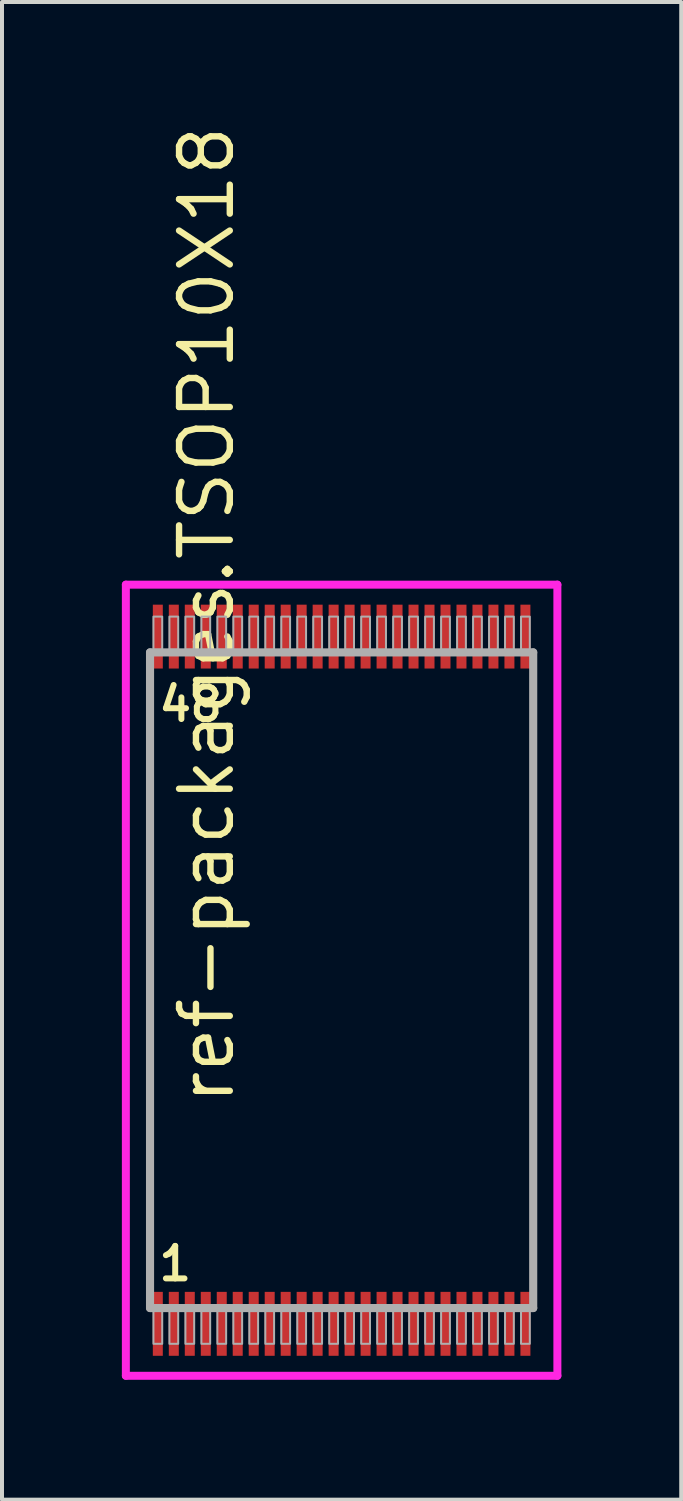
<source format=kicad_pcb>
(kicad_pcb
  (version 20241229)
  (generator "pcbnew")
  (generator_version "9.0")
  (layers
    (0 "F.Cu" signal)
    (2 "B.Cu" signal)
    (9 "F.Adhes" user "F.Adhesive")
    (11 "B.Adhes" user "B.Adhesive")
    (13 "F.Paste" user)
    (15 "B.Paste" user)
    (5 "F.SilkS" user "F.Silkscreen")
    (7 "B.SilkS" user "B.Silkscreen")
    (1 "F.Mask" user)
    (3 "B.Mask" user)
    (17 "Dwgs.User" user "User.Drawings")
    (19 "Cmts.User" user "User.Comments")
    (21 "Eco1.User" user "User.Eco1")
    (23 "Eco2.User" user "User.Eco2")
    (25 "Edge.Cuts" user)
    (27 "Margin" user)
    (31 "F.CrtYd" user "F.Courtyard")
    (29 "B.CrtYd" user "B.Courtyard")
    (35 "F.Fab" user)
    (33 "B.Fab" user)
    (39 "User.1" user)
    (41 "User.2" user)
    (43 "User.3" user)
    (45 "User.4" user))
  (footprint "ref-packages.TSOP10X18"
    (layer "F.Cu")
    (at 5.5 21.483)
    (property "Reference" "ref-packages.TSOP10X18" (at -2.635 3.175 90) (layer "F.SilkS") (effects (font (size 1.27 1.27) (thickness 0.16)) (justify left bottom)))
    (attr smd)
    (fp_line (start -5.4 -9.9) (end 5.4 -9.9) (stroke (width 0.2) (type default)) (layer "F.CrtYd"))
    (fp_line (start -5.4 9.9) (end -5.4 -9.9) (stroke (width 0.2) (type default)) (layer "F.CrtYd"))
    (fp_line (start 5.4 -9.9) (end 5.4 9.9) (stroke (width 0.2) (type default)) (layer "F.CrtYd"))
    (fp_line (start 5.4 9.9) (end -5.4 9.9) (stroke (width 0.2) (type default)) (layer "F.CrtYd"))
    (fp_line (start -4.795 -8.205) (end 4.795 -8.205) (stroke (width 0.203) (type default)) (layer "F.Fab"))
    (fp_line (start -4.795 8.205) (end -4.795 -8.205) (stroke (width 0.203) (type default)) (layer "F.Fab"))
    (fp_line (start 4.795 -8.205) (end 4.795 8.205) (stroke (width 0.203) (type default)) (layer "F.Fab"))
    (fp_line (start 4.795 8.205) (end -4.795 8.205) (stroke (width 0.203) (type default)) (layer "F.Fab"))
    (fp_rect (start -4.71 -8.27) (end -4.49 -9.1) (stroke (width 0.05) (type default)) (fill no) (layer "F.Fab"))
    (fp_rect (start -4.71 9.1) (end -4.49 8.27) (stroke (width 0.05) (type default)) (fill no) (layer "F.Fab"))
    (fp_rect (start -4.31 -8.27) (end -4.09 -9.1) (stroke (width 0.05) (type default)) (fill no) (layer "F.Fab"))
    (fp_rect (start -4.31 9.1) (end -4.09 8.27) (stroke (width 0.05) (type default)) (fill no) (layer "F.Fab"))
    (fp_rect (start -3.91 -8.27) (end -3.69 -9.1) (stroke (width 0.05) (type default)) (fill no) (layer "F.Fab"))
    (fp_rect (start -3.91 9.1) (end -3.69 8.27) (stroke (width 0.05) (type default)) (fill no) (layer "F.Fab"))
    (fp_rect (start -3.51 -8.27) (end -3.29 -9.1) (stroke (width 0.05) (type default)) (fill no) (layer "F.Fab"))
    (fp_rect (start -3.51 9.1) (end -3.29 8.27) (stroke (width 0.05) (type default)) (fill no) (layer "F.Fab"))
    (fp_rect (start -3.11 -8.27) (end -2.89 -9.1) (stroke (width 0.05) (type default)) (fill no) (layer "F.Fab"))
    (fp_rect (start -3.11 9.1) (end -2.89 8.27) (stroke (width 0.05) (type default)) (fill no) (layer "F.Fab"))
    (fp_rect (start -2.71 -8.27) (end -2.49 -9.1) (stroke (width 0.05) (type default)) (fill no) (layer "F.Fab"))
    (fp_rect (start -2.71 9.1) (end -2.49 8.27) (stroke (width 0.05) (type default)) (fill no) (layer "F.Fab"))
    (fp_rect (start -2.31 -8.27) (end -2.09 -9.1) (stroke (width 0.05) (type default)) (fill no) (layer "F.Fab"))
    (fp_rect (start -2.31 9.1) (end -2.09 8.27) (stroke (width 0.05) (type default)) (fill no) (layer "F.Fab"))
    (fp_rect (start -1.91 -8.27) (end -1.69 -9.1) (stroke (width 0.05) (type default)) (fill no) (layer "F.Fab"))
    (fp_rect (start -1.91 9.1) (end -1.69 8.27) (stroke (width 0.05) (type default)) (fill no) (layer "F.Fab"))
    (fp_rect (start -1.51 -8.27) (end -1.29 -9.1) (stroke (width 0.05) (type default)) (fill no) (layer "F.Fab"))
    (fp_rect (start -1.51 9.1) (end -1.29 8.27) (stroke (width 0.05) (type default)) (fill no) (layer "F.Fab"))
    (fp_rect (start -1.11 -8.27) (end -0.89 -9.1) (stroke (width 0.05) (type default)) (fill no) (layer "F.Fab"))
    (fp_rect (start -1.11 9.1) (end -0.89 8.27) (stroke (width 0.05) (type default)) (fill no) (layer "F.Fab"))
    (fp_rect (start -0.71 -8.27) (end -0.49 -9.1) (stroke (width 0.05) (type default)) (fill no) (layer "F.Fab"))
    (fp_rect (start -0.71 9.1) (end -0.49 8.27) (stroke (width 0.05) (type default)) (fill no) (layer "F.Fab"))
    (fp_rect (start -0.31 -8.27) (end -0.09 -9.1) (stroke (width 0.05) (type default)) (fill no) (layer "F.Fab"))
    (fp_rect (start -0.31 9.1) (end -0.09 8.27) (stroke (width 0.05) (type default)) (fill no) (layer "F.Fab"))
    (fp_rect (start 0.09 -8.27) (end 0.31 -9.1) (stroke (width 0.05) (type default)) (fill no) (layer "F.Fab"))
    (fp_rect (start 0.09 9.1) (end 0.31 8.27) (stroke (width 0.05) (type default)) (fill no) (layer "F.Fab"))
    (fp_rect (start 0.49 -8.27) (end 0.71 -9.1) (stroke (width 0.05) (type default)) (fill no) (layer "F.Fab"))
    (fp_rect (start 0.49 9.1) (end 0.71 8.27) (stroke (width 0.05) (type default)) (fill no) (layer "F.Fab"))
    (fp_rect (start 0.89 -8.27) (end 1.11 -9.1) (stroke (width 0.05) (type default)) (fill no) (layer "F.Fab"))
    (fp_rect (start 0.89 9.1) (end 1.11 8.27) (stroke (width 0.05) (type default)) (fill no) (layer "F.Fab"))
    (fp_rect (start 1.29 -8.27) (end 1.51 -9.1) (stroke (width 0.05) (type default)) (fill no) (layer "F.Fab"))
    (fp_rect (start 1.29 9.1) (end 1.51 8.27) (stroke (width 0.05) (type default)) (fill no) (layer "F.Fab"))
    (fp_rect (start 1.69 -8.27) (end 1.91 -9.1) (stroke (width 0.05) (type default)) (fill no) (layer "F.Fab"))
    (fp_rect (start 1.69 9.1) (end 1.91 8.27) (stroke (width 0.05) (type default)) (fill no) (layer "F.Fab"))
    (fp_rect (start 2.09 -8.27) (end 2.31 -9.1) (stroke (width 0.05) (type default)) (fill no) (layer "F.Fab"))
    (fp_rect (start 2.09 9.1) (end 2.31 8.27) (stroke (width 0.05) (type default)) (fill no) (layer "F.Fab"))
    (fp_rect (start 2.49 -8.27) (end 2.71 -9.1) (stroke (width 0.05) (type default)) (fill no) (layer "F.Fab"))
    (fp_rect (start 2.49 9.1) (end 2.71 8.27) (stroke (width 0.05) (type default)) (fill no) (layer "F.Fab"))
    (fp_rect (start 2.89 -8.27) (end 3.11 -9.1) (stroke (width 0.05) (type default)) (fill no) (layer "F.Fab"))
    (fp_rect (start 2.89 9.1) (end 3.11 8.27) (stroke (width 0.05) (type default)) (fill no) (layer "F.Fab"))
    (fp_rect (start 3.29 -8.27) (end 3.51 -9.1) (stroke (width 0.05) (type default)) (fill no) (layer "F.Fab"))
    (fp_rect (start 3.29 9.1) (end 3.51 8.27) (stroke (width 0.05) (type default)) (fill no) (layer "F.Fab"))
    (fp_rect (start 3.69 -8.27) (end 3.91 -9.1) (stroke (width 0.05) (type default)) (fill no) (layer "F.Fab"))
    (fp_rect (start 3.69 9.1) (end 3.91 8.27) (stroke (width 0.05) (type default)) (fill no) (layer "F.Fab"))
    (fp_rect (start 4.09 -8.27) (end 4.31 -9.1) (stroke (width 0.05) (type default)) (fill no) (layer "F.Fab"))
    (fp_rect (start 4.09 9.1) (end 4.31 8.27) (stroke (width 0.05) (type default)) (fill no) (layer "F.Fab"))
    (fp_rect (start 4.49 -8.27) (end 4.71 -9.1) (stroke (width 0.05) (type default)) (fill no) (layer "F.Fab"))
    (fp_rect (start 4.49 9.1) (end 4.71 8.27) (stroke (width 0.05) (type default)) (fill no) (layer "F.Fab"))
    (fp_text user "1" (at -4.651 7.57 0) (layer "F.SilkS") (effects (font (size 0.813 0.813) (thickness 0.15)) (justify left bottom)))
    (fp_text user "48" (at -4.651 -6.43 0) (layer "F.SilkS") (effects (font (size 0.813 0.813) (thickness 0.15)) (justify left bottom)))
    (pad "1" smd roundrect (at -4.6 8.6) (size 0.25 1.6) (layers "F.Cu" "F.Mask" "F.Paste") (roundrect_rratio 0.01))
    (pad "2" smd roundrect (at -4.2 8.6) (size 0.25 1.6) (layers "F.Cu" "F.Mask" "F.Paste") (roundrect_rratio 0.01))
    (pad "3" smd roundrect (at -3.8 8.6) (size 0.25 1.6) (layers "F.Cu" "F.Mask" "F.Paste") (roundrect_rratio 0.01))
    (pad "4" smd roundrect (at -3.4 8.6) (size 0.25 1.6) (layers "F.Cu" "F.Mask" "F.Paste") (roundrect_rratio 0.01))
    (pad "5" smd roundrect (at -3 8.6) (size 0.25 1.6) (layers "F.Cu" "F.Mask" "F.Paste") (roundrect_rratio 0.01))
    (pad "6" smd roundrect (at -2.6 8.6) (size 0.25 1.6) (layers "F.Cu" "F.Mask" "F.Paste") (roundrect_rratio 0.01))
    (pad "7" smd roundrect (at -2.2 8.6) (size 0.25 1.6) (layers "F.Cu" "F.Mask" "F.Paste") (roundrect_rratio 0.01))
    (pad "8" smd roundrect (at -1.8 8.6) (size 0.25 1.6) (layers "F.Cu" "F.Mask" "F.Paste") (roundrect_rratio 0.01))
    (pad "9" smd roundrect (at -1.4 8.6) (size 0.25 1.6) (layers "F.Cu" "F.Mask" "F.Paste") (roundrect_rratio 0.01))
    (pad "10" smd roundrect (at -1 8.6) (size 0.25 1.6) (layers "F.Cu" "F.Mask" "F.Paste") (roundrect_rratio 0.01))
    (pad "11" smd roundrect (at -0.6 8.6) (size 0.25 1.6) (layers "F.Cu" "F.Mask" "F.Paste") (roundrect_rratio 0.01))
    (pad "12" smd roundrect (at -0.2 8.6) (size 0.25 1.6) (layers "F.Cu" "F.Mask" "F.Paste") (roundrect_rratio 0.01))
    (pad "13" smd roundrect (at 0.2 8.6) (size 0.25 1.6) (layers "F.Cu" "F.Mask" "F.Paste") (roundrect_rratio 0.01))
    (pad "14" smd roundrect (at 0.6 8.6) (size 0.25 1.6) (layers "F.Cu" "F.Mask" "F.Paste") (roundrect_rratio 0.01))
    (pad "15" smd roundrect (at 1 8.6) (size 0.25 1.6) (layers "F.Cu" "F.Mask" "F.Paste") (roundrect_rratio 0.01))
    (pad "16" smd roundrect (at 1.4 8.6) (size 0.25 1.6) (layers "F.Cu" "F.Mask" "F.Paste") (roundrect_rratio 0.01))
    (pad "17" smd roundrect (at 1.8 8.6) (size 0.25 1.6) (layers "F.Cu" "F.Mask" "F.Paste") (roundrect_rratio 0.01))
    (pad "18" smd roundrect (at 2.2 8.6) (size 0.25 1.6) (layers "F.Cu" "F.Mask" "F.Paste") (roundrect_rratio 0.01))
    (pad "19" smd roundrect (at 2.6 8.6) (size 0.25 1.6) (layers "F.Cu" "F.Mask" "F.Paste") (roundrect_rratio 0.01))
    (pad "20" smd roundrect (at 3 8.6) (size 0.25 1.6) (layers "F.Cu" "F.Mask" "F.Paste") (roundrect_rratio 0.01))
    (pad "21" smd roundrect (at 3.4 8.6) (size 0.25 1.6) (layers "F.Cu" "F.Mask" "F.Paste") (roundrect_rratio 0.01))
    (pad "22" smd roundrect (at 3.8 8.6) (size 0.25 1.6) (layers "F.Cu" "F.Mask" "F.Paste") (roundrect_rratio 0.01))
    (pad "23" smd roundrect (at 4.2 8.6) (size 0.25 1.6) (layers "F.Cu" "F.Mask" "F.Paste") (roundrect_rratio 0.01))
    (pad "24" smd roundrect (at 4.6 8.6) (size 0.25 1.6) (layers "F.Cu" "F.Mask" "F.Paste") (roundrect_rratio 0.01))
    (pad "25" smd roundrect (at 4.6 -8.6) (size 0.25 1.6) (layers "F.Cu" "F.Mask" "F.Paste") (roundrect_rratio 0.01))
    (pad "26" smd roundrect (at 4.2 -8.6) (size 0.25 1.6) (layers "F.Cu" "F.Mask" "F.Paste") (roundrect_rratio 0.01))
    (pad "27" smd roundrect (at 3.8 -8.6) (size 0.25 1.6) (layers "F.Cu" "F.Mask" "F.Paste") (roundrect_rratio 0.01))
    (pad "28" smd roundrect (at 3.4 -8.6) (size 0.25 1.6) (layers "F.Cu" "F.Mask" "F.Paste") (roundrect_rratio 0.01))
    (pad "29" smd roundrect (at 3 -8.6) (size 0.25 1.6) (layers "F.Cu" "F.Mask" "F.Paste") (roundrect_rratio 0.01))
    (pad "30" smd roundrect (at 2.6 -8.6) (size 0.25 1.6) (layers "F.Cu" "F.Mask" "F.Paste") (roundrect_rratio 0.01))
    (pad "31" smd roundrect (at 2.2 -8.6) (size 0.25 1.6) (layers "F.Cu" "F.Mask" "F.Paste") (roundrect_rratio 0.01))
    (pad "32" smd roundrect (at 1.8 -8.6) (size 0.25 1.6) (layers "F.Cu" "F.Mask" "F.Paste") (roundrect_rratio 0.01))
    (pad "33" smd roundrect (at 1.4 -8.6) (size 0.25 1.6) (layers "F.Cu" "F.Mask" "F.Paste") (roundrect_rratio 0.01))
    (pad "34" smd roundrect (at 1 -8.6) (size 0.25 1.6) (layers "F.Cu" "F.Mask" "F.Paste") (roundrect_rratio 0.01))
    (pad "35" smd roundrect (at 0.6 -8.6) (size 0.25 1.6) (layers "F.Cu" "F.Mask" "F.Paste") (roundrect_rratio 0.01))
    (pad "36" smd roundrect (at 0.2 -8.6) (size 0.25 1.6) (layers "F.Cu" "F.Mask" "F.Paste") (roundrect_rratio 0.01))
    (pad "37" smd roundrect (at -0.2 -8.6) (size 0.25 1.6) (layers "F.Cu" "F.Mask" "F.Paste") (roundrect_rratio 0.01))
    (pad "38" smd roundrect (at -0.6 -8.6) (size 0.25 1.6) (layers "F.Cu" "F.Mask" "F.Paste") (roundrect_rratio 0.01))
    (pad "39" smd roundrect (at -1 -8.6) (size 0.25 1.6) (layers "F.Cu" "F.Mask" "F.Paste") (roundrect_rratio 0.01))
    (pad "40" smd roundrect (at -1.4 -8.6) (size 0.25 1.6) (layers "F.Cu" "F.Mask" "F.Paste") (roundrect_rratio 0.01))
    (pad "41" smd roundrect (at -1.8 -8.6) (size 0.25 1.6) (layers "F.Cu" "F.Mask" "F.Paste") (roundrect_rratio 0.01))
    (pad "42" smd roundrect (at -2.2 -8.6) (size 0.25 1.6) (layers "F.Cu" "F.Mask" "F.Paste") (roundrect_rratio 0.01))
    (pad "43" smd roundrect (at -2.6 -8.6) (size 0.25 1.6) (layers "F.Cu" "F.Mask" "F.Paste") (roundrect_rratio 0.01))
    (pad "44" smd roundrect (at -3 -8.6) (size 0.25 1.6) (layers "F.Cu" "F.Mask" "F.Paste") (roundrect_rratio 0.01))
    (pad "45" smd roundrect (at -3.4 -8.6) (size 0.25 1.6) (layers "F.Cu" "F.Mask" "F.Paste") (roundrect_rratio 0.01))
    (pad "46" smd roundrect (at -3.8 -8.6) (size 0.25 1.6) (layers "F.Cu" "F.Mask" "F.Paste") (roundrect_rratio 0.01))
    (pad "47" smd roundrect (at -4.2 -8.6) (size 0.25 1.6) (layers "F.Cu" "F.Mask" "F.Paste") (roundrect_rratio 0.01))
    (pad "48" smd roundrect (at -4.6 -8.6) (size 0.25 1.6) (layers "F.Cu" "F.Mask" "F.Paste") (roundrect_rratio 0.01)))
  (gr_rect
    (start -3 -3)
    (end 14 34.483)
    (stroke (width 0.1) (type default))
    (fill no)
    (layer "Edge.Cuts")))
</source>
